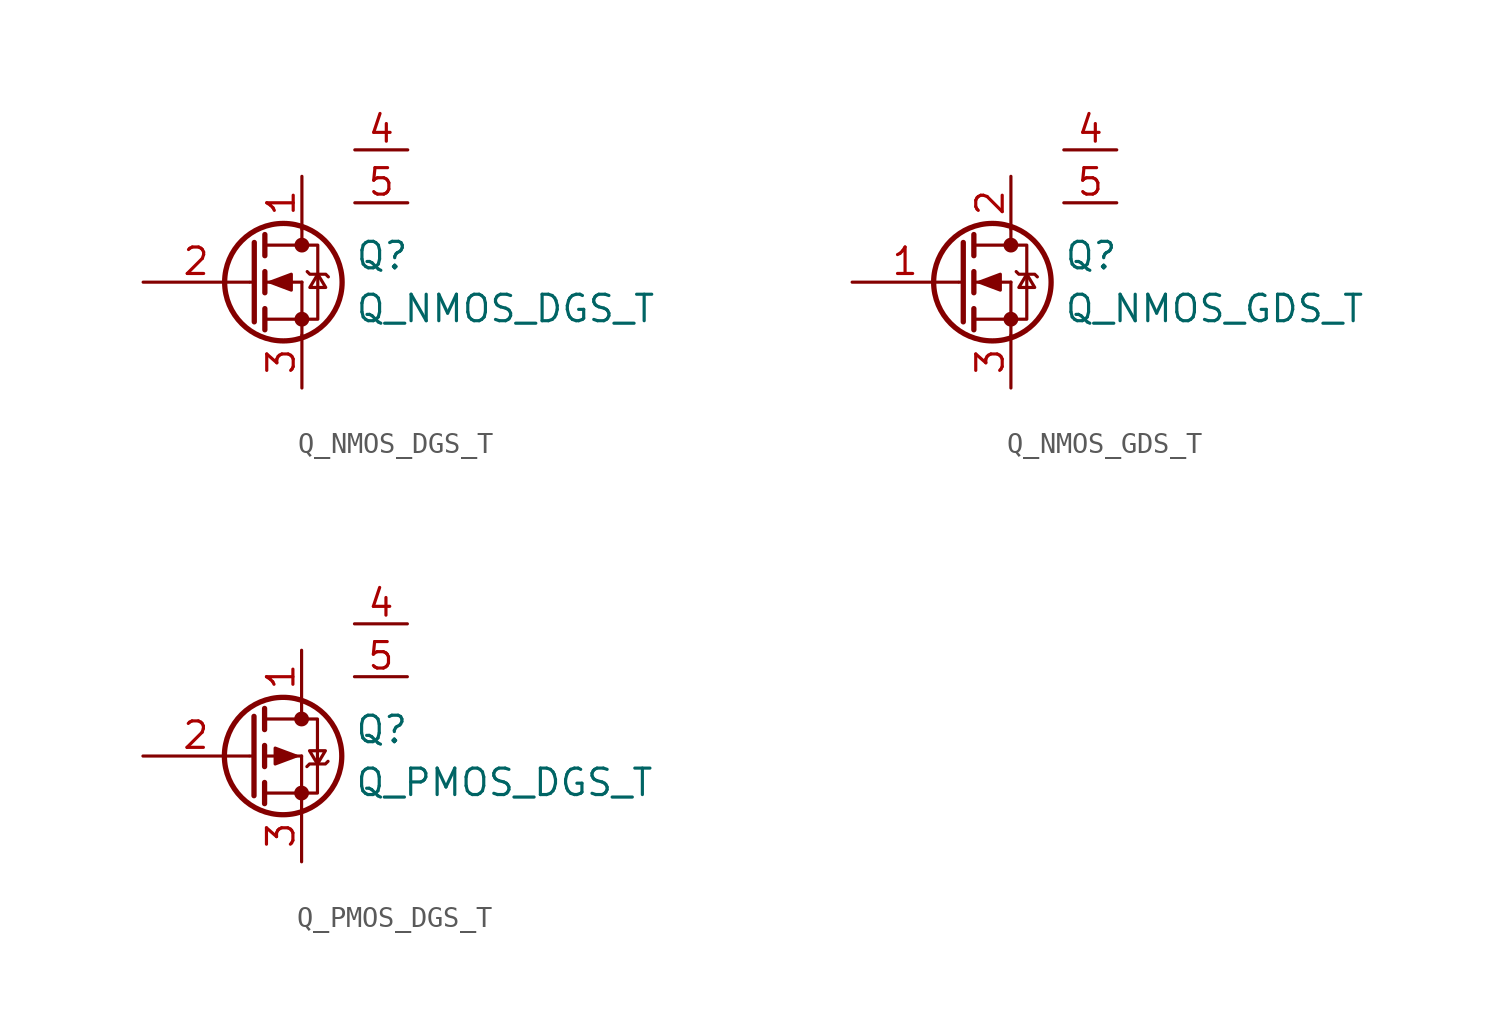
<source format=kicad_sym>
(kicad_symbol_lib
  (version 20201005)
  (generator kicad_symbol_editor)
  (symbol "Q_NMOS_DGS_T"
    (pin_names
      (offset 0) hide)
    (property "Reference" "Q"
      (at 5.08 1.27 0)
      (effects (font (size 1.27 1.27)) (justify left)))
    (property "Value" "Q_NMOS_DGS_T"
      (at 5.08 -1.27 0)
      (effects (font (size 1.27 1.27)) (justify left)))
    (symbol "Q_NMOS_DGS_T_0_0"
      (pin output line (at 7.62 6.35 180) (length 2.54) (name "Tj" (effects (font (size 1.27 1.27)))) (number "4" (effects (font (size 1.27 1.27)))))
      (pin bidirectional line (at 7.62 3.81 180) (length 2.54) (name "Tcase" (effects (font (size 1.27 1.27)))) (number "5" (effects (font (size 1.27 1.27))))))
    (symbol "Q_NMOS_DGS_T_0_1"
      (circle (center 1.651 0) (radius 2.819) (stroke (width 0.254)) (fill (type none)))
      (circle (center 2.54 -1.778) (radius 0.279) (stroke (width 0)) (fill (type outline)))
      (circle (center 2.54 1.778) (radius 0.279) (stroke (width 0)) (fill (type outline)))
      (polyline (pts (xy 0.051 0) (xy 0.254 0)) (stroke (width 0)) (fill (type none)))
      (polyline (pts (xy 0.762 -1.778) (xy 2.54 -1.778)) (stroke (width 0)) (fill (type none)))
      (polyline (pts (xy 0.762 -1.27) (xy 0.762 -2.286)) (stroke (width 0.254)) (fill (type none)))
      (polyline (pts (xy 0.762 0) (xy 2.54 0)) (stroke (width 0)) (fill (type none)))
      (polyline (pts (xy 0.762 0.508) (xy 0.762 -0.508)) (stroke (width 0.254)) (fill (type none)))
      (polyline (pts (xy 0.762 1.778) (xy 2.54 1.778)) (stroke (width 0)) (fill (type none)))
      (polyline (pts (xy 0.762 2.286) (xy 0.762 1.27)) (stroke (width 0.254)) (fill (type none)))
      (polyline (pts (xy 2.54 -1.778) (xy 2.54 -2.54)) (stroke (width 0)) (fill (type none)))
      (polyline (pts (xy 2.54 -1.778) (xy 2.54 0)) (stroke (width 0)) (fill (type none)))
      (polyline (pts (xy 2.54 2.54) (xy 2.54 1.778)) (stroke (width 0)) (fill (type none)))
      (polyline (pts (xy 0.254 1.905) (xy 0.254 -1.905) (xy 0.254 -1.905)) (stroke (width 0.254)) (fill (type none)))
      (polyline (pts (xy 1.016 0) (xy 2.032 0.381) (xy 2.032 -0.381) (xy 1.016 0)) (stroke (width 0)) (fill (type outline)))
      (polyline (pts (xy 2.54 -1.778) (xy 3.302 -1.778) (xy 3.302 1.778) (xy 2.54 1.778)) (stroke (width 0)) (fill (type none)))
      (polyline (pts (xy 2.794 0.508) (xy 2.921 0.381) (xy 3.683 0.381) (xy 3.81 0.254)) (stroke (width 0)) (fill (type none)))
      (polyline (pts (xy 3.302 0.381) (xy 2.921 -0.254) (xy 3.683 -0.254) (xy 3.302 0.381)) (stroke (width 0)) (fill (type none))))
    (symbol "Q_NMOS_DGS_T_1_1"
      (pin passive line (at 2.54 5.08 270) (length 2.54) (name "D" (effects (font (size 1.27 1.27)))) (number "1" (effects (font (size 1.27 1.27)))))
      (pin input line (at -5.08 0 0) (length 5.08) (name "G" (effects (font (size 1.27 1.27)))) (number "2" (effects (font (size 1.27 1.27)))))
      (pin passive line (at 2.54 -5.08 90) (length 2.54) (name "S" (effects (font (size 1.27 1.27)))) (number "3" (effects (font (size 1.27 1.27)))))))
  (symbol "Q_NMOS_GDS_T"
    (pin_names
      (offset 0) hide)
    (property "Reference" "Q"
      (at 5.08 1.27 0)
      (effects (font (size 1.27 1.27)) (justify left)))
    (property "Value" "Q_NMOS_GDS_T"
      (at 5.08 -1.27 0)
      (effects (font (size 1.27 1.27)) (justify left)))
    (symbol "Q_NMOS_GDS_T_0_0"
      (pin output line (at 7.62 6.35 180) (length 2.54) (name "Tj" (effects (font (size 1.27 1.27)))) (number "4" (effects (font (size 1.27 1.27)))))
      (pin bidirectional line (at 7.62 3.81 180) (length 2.54) (name "Tcase" (effects (font (size 1.27 1.27)))) (number "5" (effects (font (size 1.27 1.27))))))
    (symbol "Q_NMOS_GDS_T_0_1"
      (circle (center 1.651 0) (radius 2.819) (stroke (width 0.254)) (fill (type none)))
      (circle (center 2.54 -1.778) (radius 0.279) (stroke (width 0)) (fill (type outline)))
      (circle (center 2.54 1.778) (radius 0.279) (stroke (width 0)) (fill (type outline)))
      (polyline (pts (xy 0.051 0) (xy 0.254 0)) (stroke (width 0)) (fill (type none)))
      (polyline (pts (xy 0.762 -1.778) (xy 2.54 -1.778)) (stroke (width 0)) (fill (type none)))
      (polyline (pts (xy 0.762 -1.27) (xy 0.762 -2.286)) (stroke (width 0.254)) (fill (type none)))
      (polyline (pts (xy 0.762 0) (xy 2.54 0)) (stroke (width 0)) (fill (type none)))
      (polyline (pts (xy 0.762 0.508) (xy 0.762 -0.508)) (stroke (width 0.254)) (fill (type none)))
      (polyline (pts (xy 0.762 1.778) (xy 2.54 1.778)) (stroke (width 0)) (fill (type none)))
      (polyline (pts (xy 0.762 2.286) (xy 0.762 1.27)) (stroke (width 0.254)) (fill (type none)))
      (polyline (pts (xy 2.54 -1.778) (xy 2.54 -2.54)) (stroke (width 0)) (fill (type none)))
      (polyline (pts (xy 2.54 -1.778) (xy 2.54 0)) (stroke (width 0)) (fill (type none)))
      (polyline (pts (xy 2.54 2.54) (xy 2.54 1.778)) (stroke (width 0)) (fill (type none)))
      (polyline (pts (xy 0.254 1.905) (xy 0.254 -1.905) (xy 0.254 -1.905)) (stroke (width 0.254)) (fill (type none)))
      (polyline (pts (xy 1.016 0) (xy 2.032 0.381) (xy 2.032 -0.381) (xy 1.016 0)) (stroke (width 0)) (fill (type outline)))
      (polyline (pts (xy 2.54 -1.778) (xy 3.302 -1.778) (xy 3.302 1.778) (xy 2.54 1.778)) (stroke (width 0)) (fill (type none)))
      (polyline (pts (xy 2.794 0.508) (xy 2.921 0.381) (xy 3.683 0.381) (xy 3.81 0.254)) (stroke (width 0)) (fill (type none)))
      (polyline (pts (xy 3.302 0.381) (xy 2.921 -0.254) (xy 3.683 -0.254) (xy 3.302 0.381)) (stroke (width 0)) (fill (type none))))
    (symbol "Q_NMOS_GDS_T_1_1"
      (pin input line (at -5.08 0 0) (length 5.08) (name "G" (effects (font (size 1.27 1.27)))) (number "1" (effects (font (size 1.27 1.27)))))
      (pin passive line (at 2.54 5.08 270) (length 2.54) (name "D" (effects (font (size 1.27 1.27)))) (number "2" (effects (font (size 1.27 1.27)))))
      (pin passive line (at 2.54 -5.08 90) (length 2.54) (name "S" (effects (font (size 1.27 1.27)))) (number "3" (effects (font (size 1.27 1.27)))))))
  (symbol "Q_PMOS_DGS_T"
    (pin_names
      (offset 0) hide)
    (property "Reference" "Q"
      (at 5.08 1.27 0)
      (effects (font (size 1.27 1.27)) (justify left)))
    (property "Value" "Q_PMOS_DGS_T"
      (at 5.08 -1.27 0)
      (effects (font (size 1.27 1.27)) (justify left)))
    (symbol "Q_PMOS_DGS_T_0_1"
      (circle (center 1.651 0) (radius 2.819) (stroke (width 0.254)) (fill (type none)))
      (circle (center 2.54 -1.778) (radius 0.279) (stroke (width 0)) (fill (type outline)))
      (circle (center 2.54 1.778) (radius 0.279) (stroke (width 0)) (fill (type outline)))
      (polyline (pts (xy 0.051 0) (xy 0.254 0)) (stroke (width 0)) (fill (type none)))
      (polyline (pts (xy 0.762 -1.778) (xy 2.54 -1.778)) (stroke (width 0)) (fill (type none)))
      (polyline (pts (xy 0.762 -1.27) (xy 0.762 -2.286)) (stroke (width 0.254)) (fill (type none)))
      (polyline (pts (xy 0.762 0) (xy 2.54 0)) (stroke (width 0)) (fill (type none)))
      (polyline (pts (xy 0.762 0.508) (xy 0.762 -0.508)) (stroke (width 0.254)) (fill (type none)))
      (polyline (pts (xy 0.762 1.778) (xy 2.54 1.778)) (stroke (width 0)) (fill (type none)))
      (polyline (pts (xy 0.762 2.286) (xy 0.762 1.27)) (stroke (width 0.254)) (fill (type none)))
      (polyline (pts (xy 2.54 -1.778) (xy 2.54 -2.54)) (stroke (width 0)) (fill (type none)))
      (polyline (pts (xy 2.54 -1.778) (xy 2.54 0)) (stroke (width 0)) (fill (type none)))
      (polyline (pts (xy 2.54 2.54) (xy 2.54 1.778)) (stroke (width 0)) (fill (type none)))
      (polyline (pts (xy 0.254 1.905) (xy 0.254 -1.905) (xy 0.254 -1.905)) (stroke (width 0.254)) (fill (type none)))
      (polyline (pts (xy 2.286 0) (xy 1.27 -0.381) (xy 1.27 0.381) (xy 2.286 0)) (stroke (width 0)) (fill (type outline)))
      (polyline (pts (xy 2.54 -1.778) (xy 3.302 -1.778) (xy 3.302 1.778) (xy 2.54 1.778)) (stroke (width 0)) (fill (type none)))
      (polyline (pts (xy 2.794 -0.508) (xy 2.921 -0.381) (xy 3.683 -0.381) (xy 3.81 -0.254)) (stroke (width 0)) (fill (type none)))
      (polyline (pts (xy 3.302 -0.381) (xy 2.921 0.254) (xy 3.683 0.254) (xy 3.302 -0.381)) (stroke (width 0)) (fill (type none))))
    (symbol "Q_PMOS_DGS_T_1_1"
      (pin passive line (at 2.54 5.08 270) (length 2.54) (name "D" (effects (font (size 1.27 1.27)))) (number "1" (effects (font (size 1.27 1.27)))))
      (pin input line (at -5.08 0 0) (length 5.08) (name "G" (effects (font (size 1.27 1.27)))) (number "2" (effects (font (size 1.27 1.27)))))
      (pin passive line (at 2.54 -5.08 90) (length 2.54) (name "S" (effects (font (size 1.27 1.27)))) (number "3" (effects (font (size 1.27 1.27)))))
      (pin output line (at 7.62 6.35 180) (length 2.54) (name "Tj" (effects (font (size 1.27 1.27)))) (number "4" (effects (font (size 1.27 1.27)))))
      (pin bidirectional line (at 7.62 3.81 180) (length 2.54) (name "Tcase" (effects (font (size 1.27 1.27)))) (number "5" (effects (font (size 1.27 1.27))))))))
</source>
